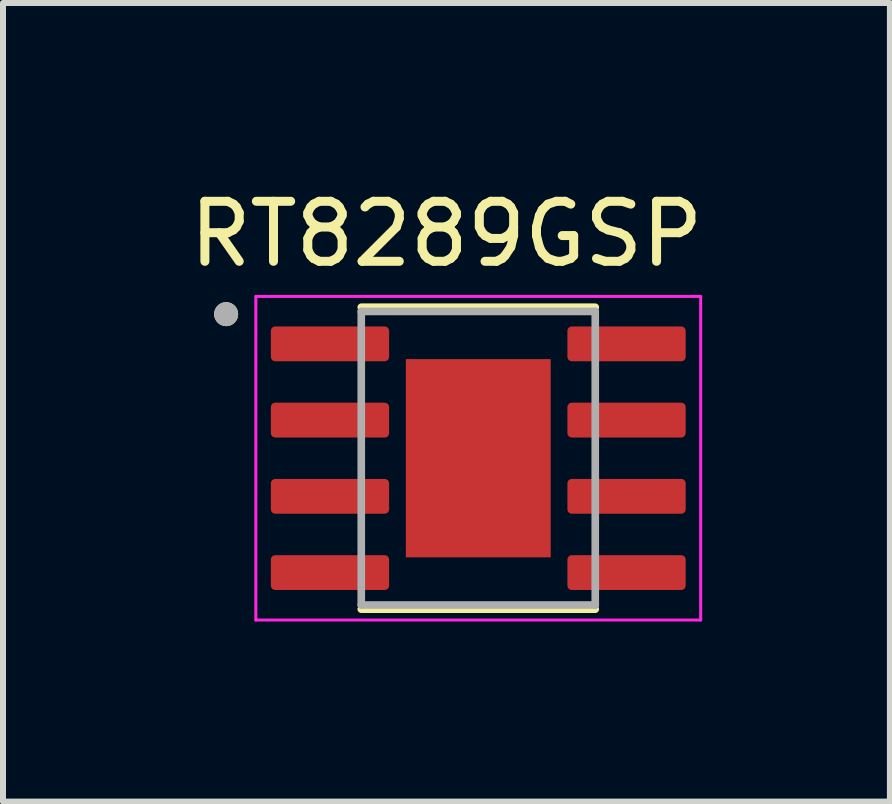
<source format=kicad_pcb>
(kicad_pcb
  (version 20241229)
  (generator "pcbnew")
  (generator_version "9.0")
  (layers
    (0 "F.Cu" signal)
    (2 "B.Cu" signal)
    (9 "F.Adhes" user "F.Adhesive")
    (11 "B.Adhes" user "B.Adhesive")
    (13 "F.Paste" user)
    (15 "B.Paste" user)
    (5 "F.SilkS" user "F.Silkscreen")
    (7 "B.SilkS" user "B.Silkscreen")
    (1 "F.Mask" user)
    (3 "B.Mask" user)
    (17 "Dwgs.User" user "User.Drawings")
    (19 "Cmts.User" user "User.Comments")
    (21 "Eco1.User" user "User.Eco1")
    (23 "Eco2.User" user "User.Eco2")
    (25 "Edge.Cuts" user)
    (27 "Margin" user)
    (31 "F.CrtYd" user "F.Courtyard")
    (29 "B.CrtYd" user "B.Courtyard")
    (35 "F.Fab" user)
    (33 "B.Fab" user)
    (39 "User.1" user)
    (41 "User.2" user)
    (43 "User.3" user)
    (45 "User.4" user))
  (footprint "RT8289GSP"
    (layer "F.Cu")
    (at 4.917 4.583)
    (property "Reference" "RT8289GSP" (at -0.53 -3.735 0) (layer "F.SilkS") (effects (font (size 1 1) (thickness 0.15))))
    (attr smd)
    (fp_line (start -1.949 -2.515) (end 1.949 -2.515) (stroke (width 0.127) (type solid)) (layer "F.SilkS"))
    (fp_line (start -1.949 2.515) (end 1.949 2.515) (stroke (width 0.127) (type solid)) (layer "F.SilkS"))
    (fp_circle (center -4.2 -2.4) (end -4.1 -2.4) (stroke (width 0.2) (type solid)) (fill no) (layer "F.SilkS"))
    (fp_poly (pts (xy -0.76 -1.04) (xy 0.76 -1.04) (xy 0.76 1.04) (xy -0.76 1.04)) (stroke (width 0.01) (type solid)) (fill yes) (layer "F.Paste"))
    (fp_line (start -3.705 -2.695) (end -3.705 2.695) (stroke (width 0.05) (type solid)) (layer "F.CrtYd"))
    (fp_line (start -3.705 -2.695) (end 3.705 -2.695) (stroke (width 0.05) (type solid)) (layer "F.CrtYd"))
    (fp_line (start -3.705 2.695) (end 3.705 2.695) (stroke (width 0.05) (type solid)) (layer "F.CrtYd"))
    (fp_line (start 3.705 -2.695) (end 3.705 2.695) (stroke (width 0.05) (type solid)) (layer "F.CrtYd"))
    (fp_line (start -1.949 -2.445) (end -1.949 2.445) (stroke (width 0.127) (type solid)) (layer "F.Fab"))
    (fp_line (start -1.949 -2.445) (end 1.949 -2.445) (stroke (width 0.127) (type solid)) (layer "F.Fab"))
    (fp_line (start -1.949 2.445) (end 1.949 2.445) (stroke (width 0.127) (type solid)) (layer "F.Fab"))
    (fp_line (start 1.949 -2.445) (end 1.949 2.445) (stroke (width 0.127) (type solid)) (layer "F.Fab"))
    (fp_circle (center -4.2 -2.4) (end -4.1 -2.4) (stroke (width 0.2) (type solid)) (fill no) (layer "F.Fab"))
    (pad "1" smd roundrect (at -2.47 -1.905) (size 1.97 0.58) (layers "F.Cu" "F.Mask" "F.Paste") (roundrect_rratio 0.125))
    (pad "2" smd roundrect (at -2.47 -0.635) (size 1.97 0.58) (layers "F.Cu" "F.Mask" "F.Paste") (roundrect_rratio 0.125))
    (pad "3" smd roundrect (at -2.47 0.635) (size 1.97 0.58) (layers "F.Cu" "F.Mask" "F.Paste") (roundrect_rratio 0.125))
    (pad "4" smd roundrect (at -2.47 1.905) (size 1.97 0.58) (layers "F.Cu" "F.Mask" "F.Paste") (roundrect_rratio 0.125))
    (pad "5" smd roundrect (at 2.47 1.905) (size 1.97 0.58) (layers "F.Cu" "F.Mask" "F.Paste") (roundrect_rratio 0.125))
    (pad "6" smd roundrect (at 2.47 0.635) (size 1.97 0.58) (layers "F.Cu" "F.Mask" "F.Paste") (roundrect_rratio 0.125))
    (pad "7" smd roundrect (at 2.47 -0.635) (size 1.97 0.58) (layers "F.Cu" "F.Mask" "F.Paste") (roundrect_rratio 0.125))
    (pad "8" smd roundrect (at 2.47 -1.905) (size 1.97 0.58) (layers "F.Cu" "F.Mask" "F.Paste") (roundrect_rratio 0.125))
    (pad "9" smd rect (at 0 0) (size 2.413 3.302) (layers "F.Cu" "F.Mask")))
  (gr_rect
    (start -3 -3)
    (end 11.774 10.303)
    (stroke (width 0.1) (type default))
    (fill no)
    (layer "Edge.Cuts")))
</source>
